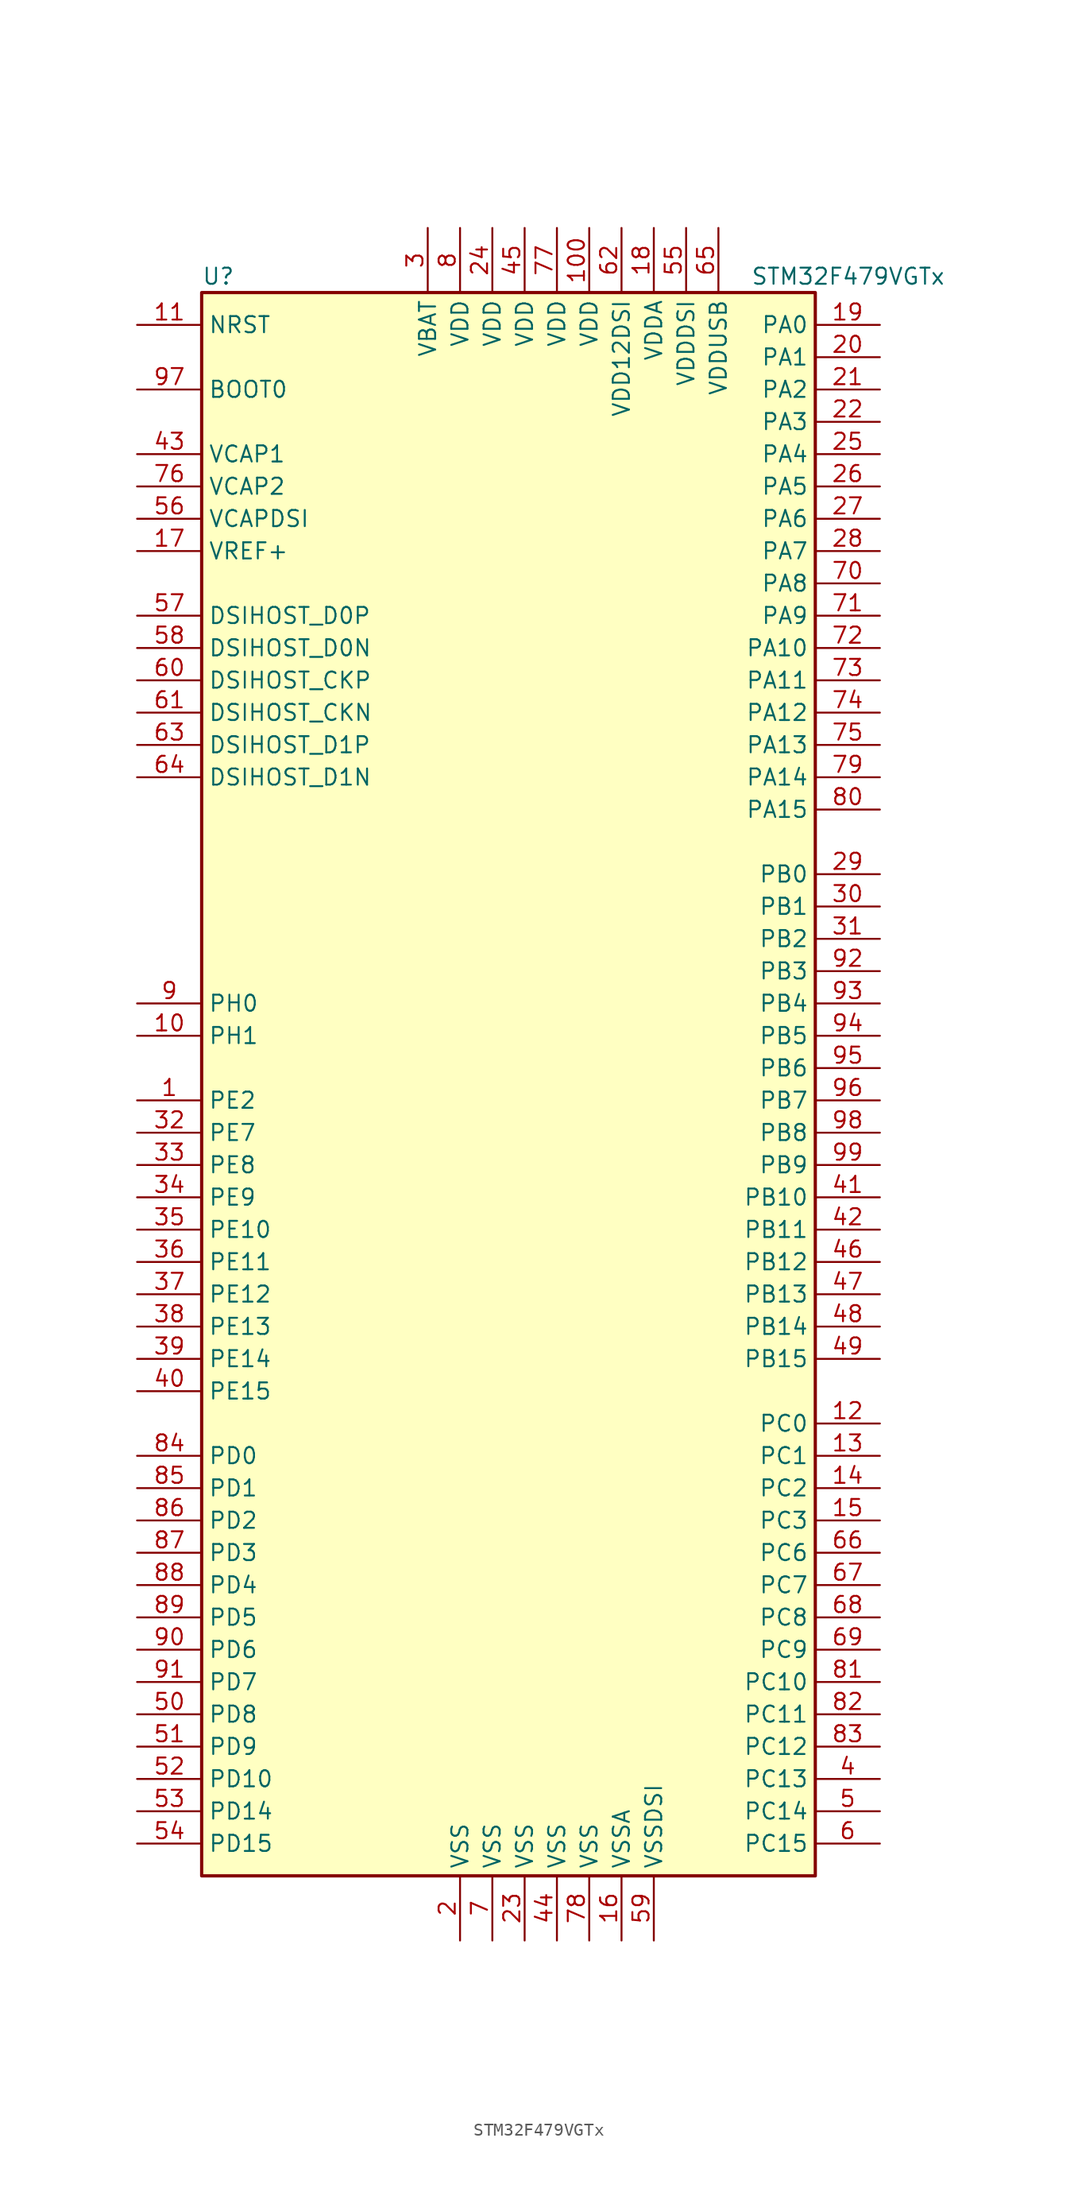
<source format=kicad_sym>
(kicad_symbol_lib
  (version 20201005)
  (generator kicad_symbol_editor)
  (symbol "STM32F479VGTx"
    (property "Reference" "U"
      (at -25.4 62.23 0)
      (effects (font (size 1.27 1.27)) (justify left)))
    (property "Value" "STM32F479VGTx"
      (at 17.78 62.23 0)
      (effects (font (size 1.27 1.27)) (justify left)))
    (symbol "STM32F479VGTx_0_1"
      (rectangle (start -25.4 -63.5) (end 22.86 60.96) (stroke (width 0.254)) (fill (type background))))
    (symbol "STM32F479VGTx_1_1"
      (pin input line (at -30.48 53.34 0) (length 5.08) (name "BOOT0" (effects (font (size 1.27 1.27)))) (number "97" (effects (font (size 1.27 1.27)))))
      (pin bidirectional line (at -30.48 27.94 0) (length 5.08) (name "DSIHOST_CKN" (effects (font (size 1.27 1.27)))) (number "61" (effects (font (size 1.27 1.27)))))
      (pin bidirectional line (at -30.48 30.48 0) (length 5.08) (name "DSIHOST_CKP" (effects (font (size 1.27 1.27)))) (number "60" (effects (font (size 1.27 1.27)))))
      (pin bidirectional line (at -30.48 33.02 0) (length 5.08) (name "DSIHOST_D0N" (effects (font (size 1.27 1.27)))) (number "58" (effects (font (size 1.27 1.27)))))
      (pin bidirectional line (at -30.48 35.56 0) (length 5.08) (name "DSIHOST_D0P" (effects (font (size 1.27 1.27)))) (number "57" (effects (font (size 1.27 1.27)))))
      (pin bidirectional line (at -30.48 22.86 0) (length 5.08) (name "DSIHOST_D1N" (effects (font (size 1.27 1.27)))) (number "64" (effects (font (size 1.27 1.27)))))
      (pin bidirectional line (at -30.48 25.4 0) (length 5.08) (name "DSIHOST_D1P" (effects (font (size 1.27 1.27)))) (number "63" (effects (font (size 1.27 1.27)))))
      (pin input line (at -30.48 58.42 0) (length 5.08) (name "NRST" (effects (font (size 1.27 1.27)))) (number "11" (effects (font (size 1.27 1.27)))))
      (pin bidirectional line (at 27.94 58.42 180) (length 5.08) (name "PA0" (effects (font (size 1.27 1.27)))) (number "19" (effects (font (size 1.27 1.27)))))
      (pin bidirectional line (at 27.94 55.88 180) (length 5.08) (name "PA1" (effects (font (size 1.27 1.27)))) (number "20" (effects (font (size 1.27 1.27)))))
      (pin bidirectional line (at 27.94 33.02 180) (length 5.08) (name "PA10" (effects (font (size 1.27 1.27)))) (number "72" (effects (font (size 1.27 1.27)))))
      (pin bidirectional line (at 27.94 30.48 180) (length 5.08) (name "PA11" (effects (font (size 1.27 1.27)))) (number "73" (effects (font (size 1.27 1.27)))))
      (pin bidirectional line (at 27.94 27.94 180) (length 5.08) (name "PA12" (effects (font (size 1.27 1.27)))) (number "74" (effects (font (size 1.27 1.27)))))
      (pin bidirectional line (at 27.94 25.4 180) (length 5.08) (name "PA13" (effects (font (size 1.27 1.27)))) (number "75" (effects (font (size 1.27 1.27)))))
      (pin bidirectional line (at 27.94 22.86 180) (length 5.08) (name "PA14" (effects (font (size 1.27 1.27)))) (number "79" (effects (font (size 1.27 1.27)))))
      (pin bidirectional line (at 27.94 20.32 180) (length 5.08) (name "PA15" (effects (font (size 1.27 1.27)))) (number "80" (effects (font (size 1.27 1.27)))))
      (pin bidirectional line (at 27.94 53.34 180) (length 5.08) (name "PA2" (effects (font (size 1.27 1.27)))) (number "21" (effects (font (size 1.27 1.27)))))
      (pin bidirectional line (at 27.94 50.8 180) (length 5.08) (name "PA3" (effects (font (size 1.27 1.27)))) (number "22" (effects (font (size 1.27 1.27)))))
      (pin bidirectional line (at 27.94 48.26 180) (length 5.08) (name "PA4" (effects (font (size 1.27 1.27)))) (number "25" (effects (font (size 1.27 1.27)))))
      (pin bidirectional line (at 27.94 45.72 180) (length 5.08) (name "PA5" (effects (font (size 1.27 1.27)))) (number "26" (effects (font (size 1.27 1.27)))))
      (pin bidirectional line (at 27.94 43.18 180) (length 5.08) (name "PA6" (effects (font (size 1.27 1.27)))) (number "27" (effects (font (size 1.27 1.27)))))
      (pin bidirectional line (at 27.94 40.64 180) (length 5.08) (name "PA7" (effects (font (size 1.27 1.27)))) (number "28" (effects (font (size 1.27 1.27)))))
      (pin bidirectional line (at 27.94 38.1 180) (length 5.08) (name "PA8" (effects (font (size 1.27 1.27)))) (number "70" (effects (font (size 1.27 1.27)))))
      (pin bidirectional line (at 27.94 35.56 180) (length 5.08) (name "PA9" (effects (font (size 1.27 1.27)))) (number "71" (effects (font (size 1.27 1.27)))))
      (pin bidirectional line (at 27.94 15.24 180) (length 5.08) (name "PB0" (effects (font (size 1.27 1.27)))) (number "29" (effects (font (size 1.27 1.27)))))
      (pin bidirectional line (at 27.94 12.7 180) (length 5.08) (name "PB1" (effects (font (size 1.27 1.27)))) (number "30" (effects (font (size 1.27 1.27)))))
      (pin bidirectional line (at 27.94 -10.16 180) (length 5.08) (name "PB10" (effects (font (size 1.27 1.27)))) (number "41" (effects (font (size 1.27 1.27)))))
      (pin bidirectional line (at 27.94 -12.7 180) (length 5.08) (name "PB11" (effects (font (size 1.27 1.27)))) (number "42" (effects (font (size 1.27 1.27)))))
      (pin bidirectional line (at 27.94 -15.24 180) (length 5.08) (name "PB12" (effects (font (size 1.27 1.27)))) (number "46" (effects (font (size 1.27 1.27)))))
      (pin bidirectional line (at 27.94 -17.78 180) (length 5.08) (name "PB13" (effects (font (size 1.27 1.27)))) (number "47" (effects (font (size 1.27 1.27)))))
      (pin bidirectional line (at 27.94 -20.32 180) (length 5.08) (name "PB14" (effects (font (size 1.27 1.27)))) (number "48" (effects (font (size 1.27 1.27)))))
      (pin bidirectional line (at 27.94 -22.86 180) (length 5.08) (name "PB15" (effects (font (size 1.27 1.27)))) (number "49" (effects (font (size 1.27 1.27)))))
      (pin bidirectional line (at 27.94 10.16 180) (length 5.08) (name "PB2" (effects (font (size 1.27 1.27)))) (number "31" (effects (font (size 1.27 1.27)))))
      (pin bidirectional line (at 27.94 7.62 180) (length 5.08) (name "PB3" (effects (font (size 1.27 1.27)))) (number "92" (effects (font (size 1.27 1.27)))))
      (pin bidirectional line (at 27.94 5.08 180) (length 5.08) (name "PB4" (effects (font (size 1.27 1.27)))) (number "93" (effects (font (size 1.27 1.27)))))
      (pin bidirectional line (at 27.94 2.54 180) (length 5.08) (name "PB5" (effects (font (size 1.27 1.27)))) (number "94" (effects (font (size 1.27 1.27)))))
      (pin bidirectional line (at 27.94 0 180) (length 5.08) (name "PB6" (effects (font (size 1.27 1.27)))) (number "95" (effects (font (size 1.27 1.27)))))
      (pin bidirectional line (at 27.94 -2.54 180) (length 5.08) (name "PB7" (effects (font (size 1.27 1.27)))) (number "96" (effects (font (size 1.27 1.27)))))
      (pin bidirectional line (at 27.94 -5.08 180) (length 5.08) (name "PB8" (effects (font (size 1.27 1.27)))) (number "98" (effects (font (size 1.27 1.27)))))
      (pin bidirectional line (at 27.94 -7.62 180) (length 5.08) (name "PB9" (effects (font (size 1.27 1.27)))) (number "99" (effects (font (size 1.27 1.27)))))
      (pin bidirectional line (at 27.94 -27.94 180) (length 5.08) (name "PC0" (effects (font (size 1.27 1.27)))) (number "12" (effects (font (size 1.27 1.27)))))
      (pin bidirectional line (at 27.94 -30.48 180) (length 5.08) (name "PC1" (effects (font (size 1.27 1.27)))) (number "13" (effects (font (size 1.27 1.27)))))
      (pin bidirectional line (at 27.94 -48.26 180) (length 5.08) (name "PC10" (effects (font (size 1.27 1.27)))) (number "81" (effects (font (size 1.27 1.27)))))
      (pin bidirectional line (at 27.94 -50.8 180) (length 5.08) (name "PC11" (effects (font (size 1.27 1.27)))) (number "82" (effects (font (size 1.27 1.27)))))
      (pin bidirectional line (at 27.94 -53.34 180) (length 5.08) (name "PC12" (effects (font (size 1.27 1.27)))) (number "83" (effects (font (size 1.27 1.27)))))
      (pin bidirectional line (at 27.94 -55.88 180) (length 5.08) (name "PC13" (effects (font (size 1.27 1.27)))) (number "4" (effects (font (size 1.27 1.27)))))
      (pin bidirectional line (at 27.94 -58.42 180) (length 5.08) (name "PC14" (effects (font (size 1.27 1.27)))) (number "5" (effects (font (size 1.27 1.27)))))
      (pin bidirectional line (at 27.94 -60.96 180) (length 5.08) (name "PC15" (effects (font (size 1.27 1.27)))) (number "6" (effects (font (size 1.27 1.27)))))
      (pin bidirectional line (at 27.94 -33.02 180) (length 5.08) (name "PC2" (effects (font (size 1.27 1.27)))) (number "14" (effects (font (size 1.27 1.27)))))
      (pin bidirectional line (at 27.94 -35.56 180) (length 5.08) (name "PC3" (effects (font (size 1.27 1.27)))) (number "15" (effects (font (size 1.27 1.27)))))
      (pin bidirectional line (at 27.94 -38.1 180) (length 5.08) (name "PC6" (effects (font (size 1.27 1.27)))) (number "66" (effects (font (size 1.27 1.27)))))
      (pin bidirectional line (at 27.94 -40.64 180) (length 5.08) (name "PC7" (effects (font (size 1.27 1.27)))) (number "67" (effects (font (size 1.27 1.27)))))
      (pin bidirectional line (at 27.94 -43.18 180) (length 5.08) (name "PC8" (effects (font (size 1.27 1.27)))) (number "68" (effects (font (size 1.27 1.27)))))
      (pin bidirectional line (at 27.94 -45.72 180) (length 5.08) (name "PC9" (effects (font (size 1.27 1.27)))) (number "69" (effects (font (size 1.27 1.27)))))
      (pin bidirectional line (at -30.48 -30.48 0) (length 5.08) (name "PD0" (effects (font (size 1.27 1.27)))) (number "84" (effects (font (size 1.27 1.27)))))
      (pin bidirectional line (at -30.48 -33.02 0) (length 5.08) (name "PD1" (effects (font (size 1.27 1.27)))) (number "85" (effects (font (size 1.27 1.27)))))
      (pin bidirectional line (at -30.48 -55.88 0) (length 5.08) (name "PD10" (effects (font (size 1.27 1.27)))) (number "52" (effects (font (size 1.27 1.27)))))
      (pin bidirectional line (at -30.48 -58.42 0) (length 5.08) (name "PD14" (effects (font (size 1.27 1.27)))) (number "53" (effects (font (size 1.27 1.27)))))
      (pin bidirectional line (at -30.48 -60.96 0) (length 5.08) (name "PD15" (effects (font (size 1.27 1.27)))) (number "54" (effects (font (size 1.27 1.27)))))
      (pin bidirectional line (at -30.48 -35.56 0) (length 5.08) (name "PD2" (effects (font (size 1.27 1.27)))) (number "86" (effects (font (size 1.27 1.27)))))
      (pin bidirectional line (at -30.48 -38.1 0) (length 5.08) (name "PD3" (effects (font (size 1.27 1.27)))) (number "87" (effects (font (size 1.27 1.27)))))
      (pin bidirectional line (at -30.48 -40.64 0) (length 5.08) (name "PD4" (effects (font (size 1.27 1.27)))) (number "88" (effects (font (size 1.27 1.27)))))
      (pin bidirectional line (at -30.48 -43.18 0) (length 5.08) (name "PD5" (effects (font (size 1.27 1.27)))) (number "89" (effects (font (size 1.27 1.27)))))
      (pin bidirectional line (at -30.48 -45.72 0) (length 5.08) (name "PD6" (effects (font (size 1.27 1.27)))) (number "90" (effects (font (size 1.27 1.27)))))
      (pin bidirectional line (at -30.48 -48.26 0) (length 5.08) (name "PD7" (effects (font (size 1.27 1.27)))) (number "91" (effects (font (size 1.27 1.27)))))
      (pin bidirectional line (at -30.48 -50.8 0) (length 5.08) (name "PD8" (effects (font (size 1.27 1.27)))) (number "50" (effects (font (size 1.27 1.27)))))
      (pin bidirectional line (at -30.48 -53.34 0) (length 5.08) (name "PD9" (effects (font (size 1.27 1.27)))) (number "51" (effects (font (size 1.27 1.27)))))
      (pin bidirectional line (at -30.48 -12.7 0) (length 5.08) (name "PE10" (effects (font (size 1.27 1.27)))) (number "35" (effects (font (size 1.27 1.27)))))
      (pin bidirectional line (at -30.48 -15.24 0) (length 5.08) (name "PE11" (effects (font (size 1.27 1.27)))) (number "36" (effects (font (size 1.27 1.27)))))
      (pin bidirectional line (at -30.48 -17.78 0) (length 5.08) (name "PE12" (effects (font (size 1.27 1.27)))) (number "37" (effects (font (size 1.27 1.27)))))
      (pin bidirectional line (at -30.48 -20.32 0) (length 5.08) (name "PE13" (effects (font (size 1.27 1.27)))) (number "38" (effects (font (size 1.27 1.27)))))
      (pin bidirectional line (at -30.48 -22.86 0) (length 5.08) (name "PE14" (effects (font (size 1.27 1.27)))) (number "39" (effects (font (size 1.27 1.27)))))
      (pin bidirectional line (at -30.48 -25.4 0) (length 5.08) (name "PE15" (effects (font (size 1.27 1.27)))) (number "40" (effects (font (size 1.27 1.27)))))
      (pin bidirectional line (at -30.48 -2.54 0) (length 5.08) (name "PE2" (effects (font (size 1.27 1.27)))) (number "1" (effects (font (size 1.27 1.27)))))
      (pin bidirectional line (at -30.48 -5.08 0) (length 5.08) (name "PE7" (effects (font (size 1.27 1.27)))) (number "32" (effects (font (size 1.27 1.27)))))
      (pin bidirectional line (at -30.48 -7.62 0) (length 5.08) (name "PE8" (effects (font (size 1.27 1.27)))) (number "33" (effects (font (size 1.27 1.27)))))
      (pin bidirectional line (at -30.48 -10.16 0) (length 5.08) (name "PE9" (effects (font (size 1.27 1.27)))) (number "34" (effects (font (size 1.27 1.27)))))
      (pin input line (at -30.48 5.08 0) (length 5.08) (name "PH0" (effects (font (size 1.27 1.27)))) (number "9" (effects (font (size 1.27 1.27)))))
      (pin input line (at -30.48 2.54 0) (length 5.08) (name "PH1" (effects (font (size 1.27 1.27)))) (number "10" (effects (font (size 1.27 1.27)))))
      (pin power_in line (at -7.62 66.04 270) (length 5.08) (name "VBAT" (effects (font (size 1.27 1.27)))) (number "3" (effects (font (size 1.27 1.27)))))
      (pin power_in line (at -30.48 48.26 0) (length 5.08) (name "VCAP1" (effects (font (size 1.27 1.27)))) (number "43" (effects (font (size 1.27 1.27)))))
      (pin power_in line (at -30.48 45.72 0) (length 5.08) (name "VCAP2" (effects (font (size 1.27 1.27)))) (number "76" (effects (font (size 1.27 1.27)))))
      (pin power_in line (at -30.48 43.18 0) (length 5.08) (name "VCAPDSI" (effects (font (size 1.27 1.27)))) (number "56" (effects (font (size 1.27 1.27)))))
      (pin power_in line (at 5.08 66.04 270) (length 5.08) (name "VDD" (effects (font (size 1.27 1.27)))) (number "100" (effects (font (size 1.27 1.27)))))
      (pin power_in line (at -2.54 66.04 270) (length 5.08) (name "VDD" (effects (font (size 1.27 1.27)))) (number "24" (effects (font (size 1.27 1.27)))))
      (pin power_in line (at 0 66.04 270) (length 5.08) (name "VDD" (effects (font (size 1.27 1.27)))) (number "45" (effects (font (size 1.27 1.27)))))
      (pin power_in line (at 2.54 66.04 270) (length 5.08) (name "VDD" (effects (font (size 1.27 1.27)))) (number "77" (effects (font (size 1.27 1.27)))))
      (pin power_in line (at -5.08 66.04 270) (length 5.08) (name "VDD" (effects (font (size 1.27 1.27)))) (number "8" (effects (font (size 1.27 1.27)))))
      (pin power_in line (at 7.62 66.04 270) (length 5.08) (name "VDD12DSI" (effects (font (size 1.27 1.27)))) (number "62" (effects (font (size 1.27 1.27)))))
      (pin power_in line (at 10.16 66.04 270) (length 5.08) (name "VDDA" (effects (font (size 1.27 1.27)))) (number "18" (effects (font (size 1.27 1.27)))))
      (pin power_in line (at 12.7 66.04 270) (length 5.08) (name "VDDDSI" (effects (font (size 1.27 1.27)))) (number "55" (effects (font (size 1.27 1.27)))))
      (pin power_in line (at 15.24 66.04 270) (length 5.08) (name "VDDUSB" (effects (font (size 1.27 1.27)))) (number "65" (effects (font (size 1.27 1.27)))))
      (pin power_in line (at -30.48 40.64 0) (length 5.08) (name "VREF+" (effects (font (size 1.27 1.27)))) (number "17" (effects (font (size 1.27 1.27)))))
      (pin power_in line (at -5.08 -68.58 90) (length 5.08) (name "VSS" (effects (font (size 1.27 1.27)))) (number "2" (effects (font (size 1.27 1.27)))))
      (pin power_in line (at 0 -68.58 90) (length 5.08) (name "VSS" (effects (font (size 1.27 1.27)))) (number "23" (effects (font (size 1.27 1.27)))))
      (pin power_in line (at 2.54 -68.58 90) (length 5.08) (name "VSS" (effects (font (size 1.27 1.27)))) (number "44" (effects (font (size 1.27 1.27)))))
      (pin power_in line (at -2.54 -68.58 90) (length 5.08) (name "VSS" (effects (font (size 1.27 1.27)))) (number "7" (effects (font (size 1.27 1.27)))))
      (pin power_in line (at 5.08 -68.58 90) (length 5.08) (name "VSS" (effects (font (size 1.27 1.27)))) (number "78" (effects (font (size 1.27 1.27)))))
      (pin power_in line (at 7.62 -68.58 90) (length 5.08) (name "VSSA" (effects (font (size 1.27 1.27)))) (number "16" (effects (font (size 1.27 1.27)))))
      (pin power_in line (at 10.16 -68.58 90) (length 5.08) (name "VSSDSI" (effects (font (size 1.27 1.27)))) (number "59" (effects (font (size 1.27 1.27))))))))
</source>
